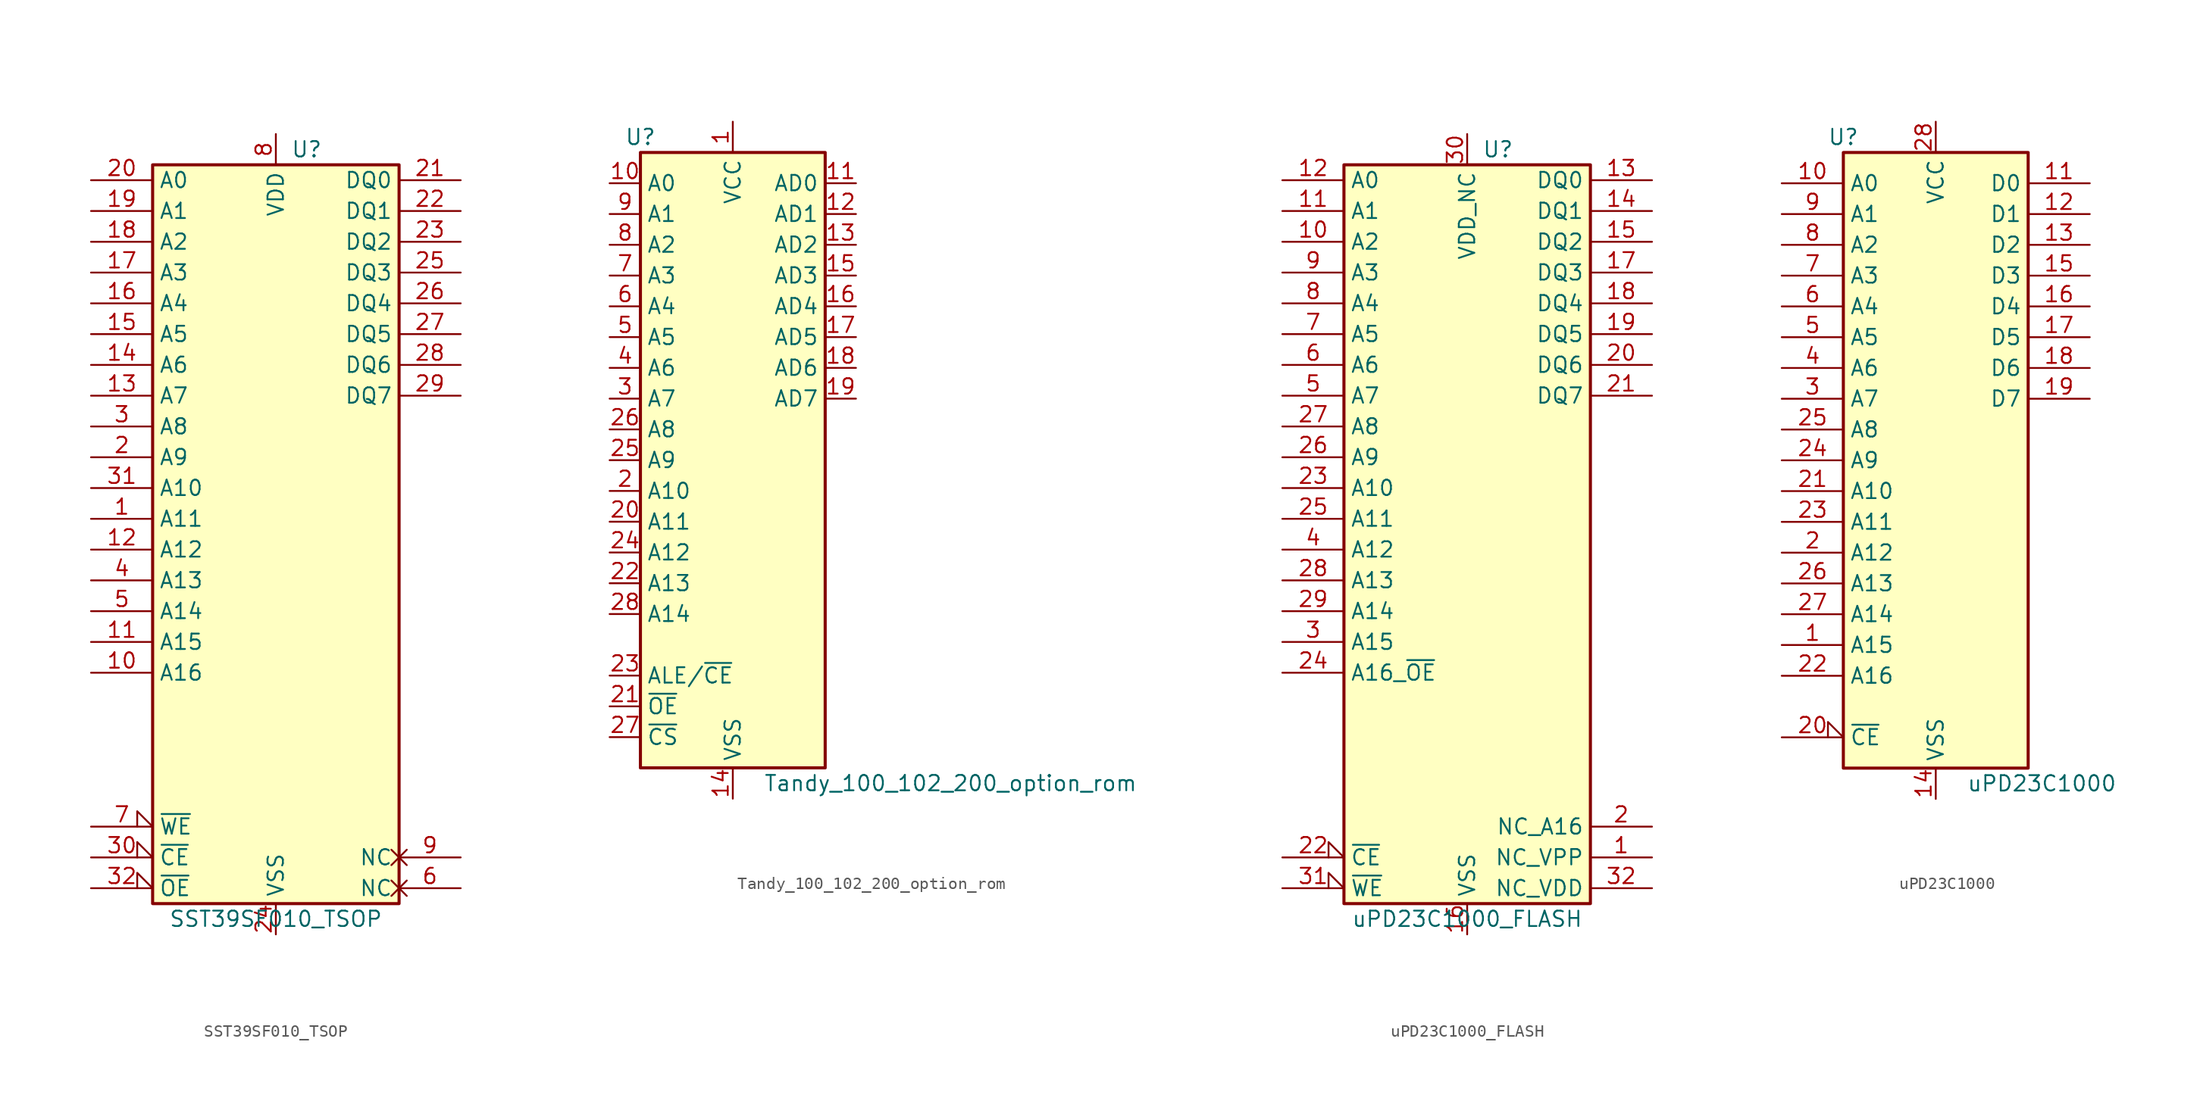
<source format=kicad_sym>
(kicad_symbol_lib
  (version 20211014)
  (generator kicad_symbol_editor)
  (symbol "SST39SF010_TSOP"
    (property "Reference" "U"
      (at 2.54 33.02 0)
      (effects (font (size 1.27 1.27))))
    (property "Value" "SST39SF010_TSOP"
      (at 0 -30.48 0)
      (effects (font (size 1.27 1.27))))
    (symbol "SST39SF010_TSOP_0_0"
      (pin power_in line (at 0 -31.75 90) (length 2.54) (name "VSS" (effects (font (size 1.27 1.27)))) (number "24" (effects (font (size 1.27 1.27)))))
      (pin power_in line (at 0 34.29 270) (length 2.54) (name "VDD" (effects (font (size 1.27 1.27)))) (number "8" (effects (font (size 1.27 1.27))))))
    (symbol "SST39SF010_TSOP_0_1"
      (rectangle (start -10.16 31.75) (end 10.16 -29.21) (stroke (width 0.254) (type default) (color 0 0 0 0)) (fill (type background))))
    (symbol "SST39SF010_TSOP_1_1"
      (pin input line (at -15.24 2.54 0) (length 5.08) (name "A11" (effects (font (size 1.27 1.27)))) (number "1" (effects (font (size 1.27 1.27)))))
      (pin input line (at -15.24 -10.16 0) (length 5.08) (name "A16" (effects (font (size 1.27 1.27)))) (number "10" (effects (font (size 1.27 1.27)))))
      (pin input line (at -15.24 -7.62 0) (length 5.08) (name "A15" (effects (font (size 1.27 1.27)))) (number "11" (effects (font (size 1.27 1.27)))))
      (pin input line (at -15.24 0 0) (length 5.08) (name "A12" (effects (font (size 1.27 1.27)))) (number "12" (effects (font (size 1.27 1.27)))))
      (pin input line (at -15.24 12.7 0) (length 5.08) (name "A7" (effects (font (size 1.27 1.27)))) (number "13" (effects (font (size 1.27 1.27)))))
      (pin input line (at -15.24 15.24 0) (length 5.08) (name "A6" (effects (font (size 1.27 1.27)))) (number "14" (effects (font (size 1.27 1.27)))))
      (pin input line (at -15.24 17.78 0) (length 5.08) (name "A5" (effects (font (size 1.27 1.27)))) (number "15" (effects (font (size 1.27 1.27)))))
      (pin input line (at -15.24 20.32 0) (length 5.08) (name "A4" (effects (font (size 1.27 1.27)))) (number "16" (effects (font (size 1.27 1.27)))))
      (pin input line (at -15.24 22.86 0) (length 5.08) (name "A3" (effects (font (size 1.27 1.27)))) (number "17" (effects (font (size 1.27 1.27)))))
      (pin input line (at -15.24 25.4 0) (length 5.08) (name "A2" (effects (font (size 1.27 1.27)))) (number "18" (effects (font (size 1.27 1.27)))))
      (pin input line (at -15.24 27.94 0) (length 5.08) (name "A1" (effects (font (size 1.27 1.27)))) (number "19" (effects (font (size 1.27 1.27)))))
      (pin input line (at -15.24 7.62 0) (length 5.08) (name "A9" (effects (font (size 1.27 1.27)))) (number "2" (effects (font (size 1.27 1.27)))))
      (pin input line (at -15.24 30.48 0) (length 5.08) (name "A0" (effects (font (size 1.27 1.27)))) (number "20" (effects (font (size 1.27 1.27)))))
      (pin tri_state line (at 15.24 30.48 180) (length 5.08) (name "DQ0" (effects (font (size 1.27 1.27)))) (number "21" (effects (font (size 1.27 1.27)))))
      (pin tri_state line (at 15.24 27.94 180) (length 5.08) (name "DQ1" (effects (font (size 1.27 1.27)))) (number "22" (effects (font (size 1.27 1.27)))))
      (pin tri_state line (at 15.24 25.4 180) (length 5.08) (name "DQ2" (effects (font (size 1.27 1.27)))) (number "23" (effects (font (size 1.27 1.27)))))
      (pin tri_state line (at 15.24 22.86 180) (length 5.08) (name "DQ3" (effects (font (size 1.27 1.27)))) (number "25" (effects (font (size 1.27 1.27)))))
      (pin tri_state line (at 15.24 20.32 180) (length 5.08) (name "DQ4" (effects (font (size 1.27 1.27)))) (number "26" (effects (font (size 1.27 1.27)))))
      (pin tri_state line (at 15.24 17.78 180) (length 5.08) (name "DQ5" (effects (font (size 1.27 1.27)))) (number "27" (effects (font (size 1.27 1.27)))))
      (pin tri_state line (at 15.24 15.24 180) (length 5.08) (name "DQ6" (effects (font (size 1.27 1.27)))) (number "28" (effects (font (size 1.27 1.27)))))
      (pin tri_state line (at 15.24 12.7 180) (length 5.08) (name "DQ7" (effects (font (size 1.27 1.27)))) (number "29" (effects (font (size 1.27 1.27)))))
      (pin input line (at -15.24 10.16 0) (length 5.08) (name "A8" (effects (font (size 1.27 1.27)))) (number "3" (effects (font (size 1.27 1.27)))))
      (pin input input_low (at -15.24 -25.4 0) (length 5.08) (name "~{CE}" (effects (font (size 1.27 1.27)))) (number "30" (effects (font (size 1.27 1.27)))))
      (pin input line (at -15.24 5.08 0) (length 5.08) (name "A10" (effects (font (size 1.27 1.27)))) (number "31" (effects (font (size 1.27 1.27)))))
      (pin input input_low (at -15.24 -27.94 0) (length 5.08) (name "~{OE}" (effects (font (size 1.27 1.27)))) (number "32" (effects (font (size 1.27 1.27)))))
      (pin input line (at -15.24 -2.54 0) (length 5.08) (name "A13" (effects (font (size 1.27 1.27)))) (number "4" (effects (font (size 1.27 1.27)))))
      (pin input line (at -15.24 -5.08 0) (length 5.08) (name "A14" (effects (font (size 1.27 1.27)))) (number "5" (effects (font (size 1.27 1.27)))))
      (pin passive non_logic (at 15.24 -27.94 180) (length 5.08) (name "NC" (effects (font (size 1.27 1.27)))) (number "6" (effects (font (size 1.27 1.27)))))
      (pin input input_low (at -15.24 -22.86 0) (length 5.08) (name "~{WE}" (effects (font (size 1.27 1.27)))) (number "7" (effects (font (size 1.27 1.27)))))
      (pin passive non_logic (at 15.24 -25.4 180) (length 5.08) (name "NC" (effects (font (size 1.27 1.27)))) (number "9" (effects (font (size 1.27 1.27)))))))
  (symbol "Tandy_100_102_200_option_rom"
    (property "Reference" "U"
      (at -7.62 26.67 0)
      (effects (font (size 1.27 1.27))))
    (property "Value" "Tandy_100_102_200_option_rom"
      (at 2.54 -26.67 0)
      (effects (font (size 1.27 1.27)) (justify left)))
    (symbol "Tandy_100_102_200_option_rom_1_1"
      (rectangle (start -7.62 25.4) (end 7.62 -25.4) (stroke (width 0.254) (type default) (color 0 0 0 0)) (fill (type background)))
      (pin power_in line (at 0 27.94 270) (length 2.54) (name "VCC" (effects (font (size 1.27 1.27)))) (number "1" (effects (font (size 1.27 1.27)))))
      (pin input line (at -10.16 22.86 0) (length 2.54) (name "A0" (effects (font (size 1.27 1.27)))) (number "10" (effects (font (size 1.27 1.27)))))
      (pin tri_state line (at 10.16 22.86 180) (length 2.54) (name "AD0" (effects (font (size 1.27 1.27)))) (number "11" (effects (font (size 1.27 1.27)))))
      (pin tri_state line (at 10.16 20.32 180) (length 2.54) (name "AD1" (effects (font (size 1.27 1.27)))) (number "12" (effects (font (size 1.27 1.27)))))
      (pin tri_state line (at 10.16 17.78 180) (length 2.54) (name "AD2" (effects (font (size 1.27 1.27)))) (number "13" (effects (font (size 1.27 1.27)))))
      (pin power_in line (at 0 -27.94 90) (length 2.54) (name "VSS" (effects (font (size 1.27 1.27)))) (number "14" (effects (font (size 1.27 1.27)))))
      (pin tri_state line (at 10.16 15.24 180) (length 2.54) (name "AD3" (effects (font (size 1.27 1.27)))) (number "15" (effects (font (size 1.27 1.27)))))
      (pin tri_state line (at 10.16 12.7 180) (length 2.54) (name "AD4" (effects (font (size 1.27 1.27)))) (number "16" (effects (font (size 1.27 1.27)))))
      (pin tri_state line (at 10.16 10.16 180) (length 2.54) (name "AD5" (effects (font (size 1.27 1.27)))) (number "17" (effects (font (size 1.27 1.27)))))
      (pin tri_state line (at 10.16 7.62 180) (length 2.54) (name "AD6" (effects (font (size 1.27 1.27)))) (number "18" (effects (font (size 1.27 1.27)))))
      (pin tri_state line (at 10.16 5.08 180) (length 2.54) (name "AD7" (effects (font (size 1.27 1.27)))) (number "19" (effects (font (size 1.27 1.27)))))
      (pin input line (at -10.16 -2.54 0) (length 2.54) (name "A10" (effects (font (size 1.27 1.27)))) (number "2" (effects (font (size 1.27 1.27)))))
      (pin input line (at -10.16 -5.08 0) (length 2.54) (name "A11" (effects (font (size 1.27 1.27)))) (number "20" (effects (font (size 1.27 1.27)))))
      (pin input line (at -10.16 -20.32 0) (length 2.54) (name "~{OE}" (effects (font (size 1.27 1.27)))) (number "21" (effects (font (size 1.27 1.27)))))
      (pin input line (at -10.16 -10.16 0) (length 2.54) (name "A13" (effects (font (size 1.27 1.27)))) (number "22" (effects (font (size 1.27 1.27)))))
      (pin input line (at -10.16 -17.78 0) (length 2.54) (name "ALE/~{CE}" (effects (font (size 1.27 1.27)))) (number "23" (effects (font (size 1.27 1.27)))))
      (pin input line (at -10.16 -7.62 0) (length 2.54) (name "A12" (effects (font (size 1.27 1.27)))) (number "24" (effects (font (size 1.27 1.27)))))
      (pin input line (at -10.16 0 0) (length 2.54) (name "A9" (effects (font (size 1.27 1.27)))) (number "25" (effects (font (size 1.27 1.27)))))
      (pin input line (at -10.16 2.54 0) (length 2.54) (name "A8" (effects (font (size 1.27 1.27)))) (number "26" (effects (font (size 1.27 1.27)))))
      (pin input line (at -10.16 -22.86 0) (length 2.54) (name "~{CS}" (effects (font (size 1.27 1.27)))) (number "27" (effects (font (size 1.27 1.27)))))
      (pin input line (at -10.16 -12.7 0) (length 2.54) (name "A14" (effects (font (size 1.27 1.27)))) (number "28" (effects (font (size 1.27 1.27)))))
      (pin input line (at -10.16 5.08 0) (length 2.54) (name "A7" (effects (font (size 1.27 1.27)))) (number "3" (effects (font (size 1.27 1.27)))))
      (pin input line (at -10.16 7.62 0) (length 2.54) (name "A6" (effects (font (size 1.27 1.27)))) (number "4" (effects (font (size 1.27 1.27)))))
      (pin input line (at -10.16 10.16 0) (length 2.54) (name "A5" (effects (font (size 1.27 1.27)))) (number "5" (effects (font (size 1.27 1.27)))))
      (pin input line (at -10.16 12.7 0) (length 2.54) (name "A4" (effects (font (size 1.27 1.27)))) (number "6" (effects (font (size 1.27 1.27)))))
      (pin input line (at -10.16 15.24 0) (length 2.54) (name "A3" (effects (font (size 1.27 1.27)))) (number "7" (effects (font (size 1.27 1.27)))))
      (pin input line (at -10.16 17.78 0) (length 2.54) (name "A2" (effects (font (size 1.27 1.27)))) (number "8" (effects (font (size 1.27 1.27)))))
      (pin input line (at -10.16 20.32 0) (length 2.54) (name "A1" (effects (font (size 1.27 1.27)))) (number "9" (effects (font (size 1.27 1.27)))))))
  (symbol "uPD23C1000_FLASH"
    (property "Reference" "U"
      (at 2.54 33.02 0)
      (effects (font (size 1.27 1.27))))
    (property "Value" "uPD23C1000_FLASH"
      (at 0 -30.48 0)
      (effects (font (size 1.27 1.27))))
    (symbol "uPD23C1000_FLASH_0_0"
      (pin power_in line (at 0 -31.75 90) (length 2.54) (name "VSS" (effects (font (size 1.27 1.27)))) (number "16" (effects (font (size 1.27 1.27)))))
      (pin power_in line (at 0 34.29 270) (length 2.54) (name "VDD_NC" (effects (font (size 1.27 1.27)))) (number "30" (effects (font (size 1.27 1.27))))))
    (symbol "uPD23C1000_FLASH_0_1"
      (rectangle (start -10.16 31.75) (end 10.16 -29.21) (stroke (width 0.254) (type default) (color 0 0 0 0)) (fill (type background))))
    (symbol "uPD23C1000_FLASH_1_1"
      (pin power_in line (at 15.24 -25.4 180) (length 5.08) (name "NC_VPP" (effects (font (size 1.27 1.27)))) (number "1" (effects (font (size 1.27 1.27)))))
      (pin input line (at -15.24 25.4 0) (length 5.08) (name "A2" (effects (font (size 1.27 1.27)))) (number "10" (effects (font (size 1.27 1.27)))))
      (pin input line (at -15.24 27.94 0) (length 5.08) (name "A1" (effects (font (size 1.27 1.27)))) (number "11" (effects (font (size 1.27 1.27)))))
      (pin input line (at -15.24 30.48 0) (length 5.08) (name "A0" (effects (font (size 1.27 1.27)))) (number "12" (effects (font (size 1.27 1.27)))))
      (pin tri_state line (at 15.24 30.48 180) (length 5.08) (name "DQ0" (effects (font (size 1.27 1.27)))) (number "13" (effects (font (size 1.27 1.27)))))
      (pin tri_state line (at 15.24 27.94 180) (length 5.08) (name "DQ1" (effects (font (size 1.27 1.27)))) (number "14" (effects (font (size 1.27 1.27)))))
      (pin tri_state line (at 15.24 25.4 180) (length 5.08) (name "DQ2" (effects (font (size 1.27 1.27)))) (number "15" (effects (font (size 1.27 1.27)))))
      (pin tri_state line (at 15.24 22.86 180) (length 5.08) (name "DQ3" (effects (font (size 1.27 1.27)))) (number "17" (effects (font (size 1.27 1.27)))))
      (pin tri_state line (at 15.24 20.32 180) (length 5.08) (name "DQ4" (effects (font (size 1.27 1.27)))) (number "18" (effects (font (size 1.27 1.27)))))
      (pin tri_state line (at 15.24 17.78 180) (length 5.08) (name "DQ5" (effects (font (size 1.27 1.27)))) (number "19" (effects (font (size 1.27 1.27)))))
      (pin input line (at 15.24 -22.86 180) (length 5.08) (name "NC_A16" (effects (font (size 1.27 1.27)))) (number "2" (effects (font (size 1.27 1.27)))))
      (pin tri_state line (at 15.24 15.24 180) (length 5.08) (name "DQ6" (effects (font (size 1.27 1.27)))) (number "20" (effects (font (size 1.27 1.27)))))
      (pin tri_state line (at 15.24 12.7 180) (length 5.08) (name "DQ7" (effects (font (size 1.27 1.27)))) (number "21" (effects (font (size 1.27 1.27)))))
      (pin input input_low (at -15.24 -25.4 0) (length 5.08) (name "~{CE}" (effects (font (size 1.27 1.27)))) (number "22" (effects (font (size 1.27 1.27)))))
      (pin input line (at -15.24 5.08 0) (length 5.08) (name "A10" (effects (font (size 1.27 1.27)))) (number "23" (effects (font (size 1.27 1.27)))))
      (pin input line (at -15.24 -10.16 0) (length 5.08) (name "A16_~{OE}" (effects (font (size 1.27 1.27)))) (number "24" (effects (font (size 1.27 1.27)))))
      (pin input line (at -15.24 2.54 0) (length 5.08) (name "A11" (effects (font (size 1.27 1.27)))) (number "25" (effects (font (size 1.27 1.27)))))
      (pin input line (at -15.24 7.62 0) (length 5.08) (name "A9" (effects (font (size 1.27 1.27)))) (number "26" (effects (font (size 1.27 1.27)))))
      (pin input line (at -15.24 10.16 0) (length 5.08) (name "A8" (effects (font (size 1.27 1.27)))) (number "27" (effects (font (size 1.27 1.27)))))
      (pin input line (at -15.24 -2.54 0) (length 5.08) (name "A13" (effects (font (size 1.27 1.27)))) (number "28" (effects (font (size 1.27 1.27)))))
      (pin input line (at -15.24 -5.08 0) (length 5.08) (name "A14" (effects (font (size 1.27 1.27)))) (number "29" (effects (font (size 1.27 1.27)))))
      (pin input line (at -15.24 -7.62 0) (length 5.08) (name "A15" (effects (font (size 1.27 1.27)))) (number "3" (effects (font (size 1.27 1.27)))))
      (pin input input_low (at -15.24 -27.94 0) (length 5.08) (name "~{WE}" (effects (font (size 1.27 1.27)))) (number "31" (effects (font (size 1.27 1.27)))))
      (pin power_in line (at 15.24 -27.94 180) (length 5.08) (name "NC_VDD" (effects (font (size 1.27 1.27)))) (number "32" (effects (font (size 1.27 1.27)))))
      (pin input line (at -15.24 0 0) (length 5.08) (name "A12" (effects (font (size 1.27 1.27)))) (number "4" (effects (font (size 1.27 1.27)))))
      (pin input line (at -15.24 12.7 0) (length 5.08) (name "A7" (effects (font (size 1.27 1.27)))) (number "5" (effects (font (size 1.27 1.27)))))
      (pin input line (at -15.24 15.24 0) (length 5.08) (name "A6" (effects (font (size 1.27 1.27)))) (number "6" (effects (font (size 1.27 1.27)))))
      (pin input line (at -15.24 17.78 0) (length 5.08) (name "A5" (effects (font (size 1.27 1.27)))) (number "7" (effects (font (size 1.27 1.27)))))
      (pin input line (at -15.24 20.32 0) (length 5.08) (name "A4" (effects (font (size 1.27 1.27)))) (number "8" (effects (font (size 1.27 1.27)))))
      (pin input line (at -15.24 22.86 0) (length 5.08) (name "A3" (effects (font (size 1.27 1.27)))) (number "9" (effects (font (size 1.27 1.27)))))))
  (symbol "uPD23C1000"
    (property "Reference" "U"
      (at -7.62 26.67 0)
      (effects (font (size 1.27 1.27))))
    (property "Value" "uPD23C1000"
      (at 2.54 -26.67 0)
      (effects (font (size 1.27 1.27)) (justify left)))
    (symbol "uPD23C1000_1_1"
      (rectangle (start -7.62 25.4) (end 7.62 -25.4) (stroke (width 0.254) (type default) (color 0 0 0 0)) (fill (type background)))
      (pin input line (at -12.7 -15.24 0) (length 5.08) (name "A15" (effects (font (size 1.27 1.27)))) (number "1" (effects (font (size 1.27 1.27)))))
      (pin input line (at -12.7 22.86 0) (length 5.08) (name "A0" (effects (font (size 1.27 1.27)))) (number "10" (effects (font (size 1.27 1.27)))))
      (pin tri_state line (at 12.7 22.86 180) (length 5.08) (name "D0" (effects (font (size 1.27 1.27)))) (number "11" (effects (font (size 1.27 1.27)))))
      (pin tri_state line (at 12.7 20.32 180) (length 5.08) (name "D1" (effects (font (size 1.27 1.27)))) (number "12" (effects (font (size 1.27 1.27)))))
      (pin tri_state line (at 12.7 17.78 180) (length 5.08) (name "D2" (effects (font (size 1.27 1.27)))) (number "13" (effects (font (size 1.27 1.27)))))
      (pin power_in line (at 0 -27.94 90) (length 2.54) (name "VSS" (effects (font (size 1.27 1.27)))) (number "14" (effects (font (size 1.27 1.27)))))
      (pin tri_state line (at 12.7 15.24 180) (length 5.08) (name "D3" (effects (font (size 1.27 1.27)))) (number "15" (effects (font (size 1.27 1.27)))))
      (pin tri_state line (at 12.7 12.7 180) (length 5.08) (name "D4" (effects (font (size 1.27 1.27)))) (number "16" (effects (font (size 1.27 1.27)))))
      (pin tri_state line (at 12.7 10.16 180) (length 5.08) (name "D5" (effects (font (size 1.27 1.27)))) (number "17" (effects (font (size 1.27 1.27)))))
      (pin tri_state line (at 12.7 7.62 180) (length 5.08) (name "D6" (effects (font (size 1.27 1.27)))) (number "18" (effects (font (size 1.27 1.27)))))
      (pin tri_state line (at 12.7 5.08 180) (length 5.08) (name "D7" (effects (font (size 1.27 1.27)))) (number "19" (effects (font (size 1.27 1.27)))))
      (pin input line (at -12.7 -7.62 0) (length 5.08) (name "A12" (effects (font (size 1.27 1.27)))) (number "2" (effects (font (size 1.27 1.27)))))
      (pin input input_low (at -12.7 -22.86 0) (length 5.08) (name "~{CE}" (effects (font (size 1.27 1.27)))) (number "20" (effects (font (size 1.27 1.27)))))
      (pin input line (at -12.7 -2.54 0) (length 5.08) (name "A10" (effects (font (size 1.27 1.27)))) (number "21" (effects (font (size 1.27 1.27)))))
      (pin input line (at -12.7 -17.78 0) (length 5.08) (name "A16" (effects (font (size 1.27 1.27)))) (number "22" (effects (font (size 1.27 1.27)))))
      (pin input line (at -12.7 -5.08 0) (length 5.08) (name "A11" (effects (font (size 1.27 1.27)))) (number "23" (effects (font (size 1.27 1.27)))))
      (pin input line (at -12.7 0 0) (length 5.08) (name "A9" (effects (font (size 1.27 1.27)))) (number "24" (effects (font (size 1.27 1.27)))))
      (pin input line (at -12.7 2.54 0) (length 5.08) (name "A8" (effects (font (size 1.27 1.27)))) (number "25" (effects (font (size 1.27 1.27)))))
      (pin input line (at -12.7 -10.16 0) (length 5.08) (name "A13" (effects (font (size 1.27 1.27)))) (number "26" (effects (font (size 1.27 1.27)))))
      (pin input line (at -12.7 -12.7 0) (length 5.08) (name "A14" (effects (font (size 1.27 1.27)))) (number "27" (effects (font (size 1.27 1.27)))))
      (pin power_in line (at 0 27.94 270) (length 2.54) (name "VCC" (effects (font (size 1.27 1.27)))) (number "28" (effects (font (size 1.27 1.27)))))
      (pin input line (at -12.7 5.08 0) (length 5.08) (name "A7" (effects (font (size 1.27 1.27)))) (number "3" (effects (font (size 1.27 1.27)))))
      (pin input line (at -12.7 7.62 0) (length 5.08) (name "A6" (effects (font (size 1.27 1.27)))) (number "4" (effects (font (size 1.27 1.27)))))
      (pin input line (at -12.7 10.16 0) (length 5.08) (name "A5" (effects (font (size 1.27 1.27)))) (number "5" (effects (font (size 1.27 1.27)))))
      (pin input line (at -12.7 12.7 0) (length 5.08) (name "A4" (effects (font (size 1.27 1.27)))) (number "6" (effects (font (size 1.27 1.27)))))
      (pin input line (at -12.7 15.24 0) (length 5.08) (name "A3" (effects (font (size 1.27 1.27)))) (number "7" (effects (font (size 1.27 1.27)))))
      (pin input line (at -12.7 17.78 0) (length 5.08) (name "A2" (effects (font (size 1.27 1.27)))) (number "8" (effects (font (size 1.27 1.27)))))
      (pin input line (at -12.7 20.32 0) (length 5.08) (name "A1" (effects (font (size 1.27 1.27)))) (number "9" (effects (font (size 1.27 1.27))))))))
</source>
